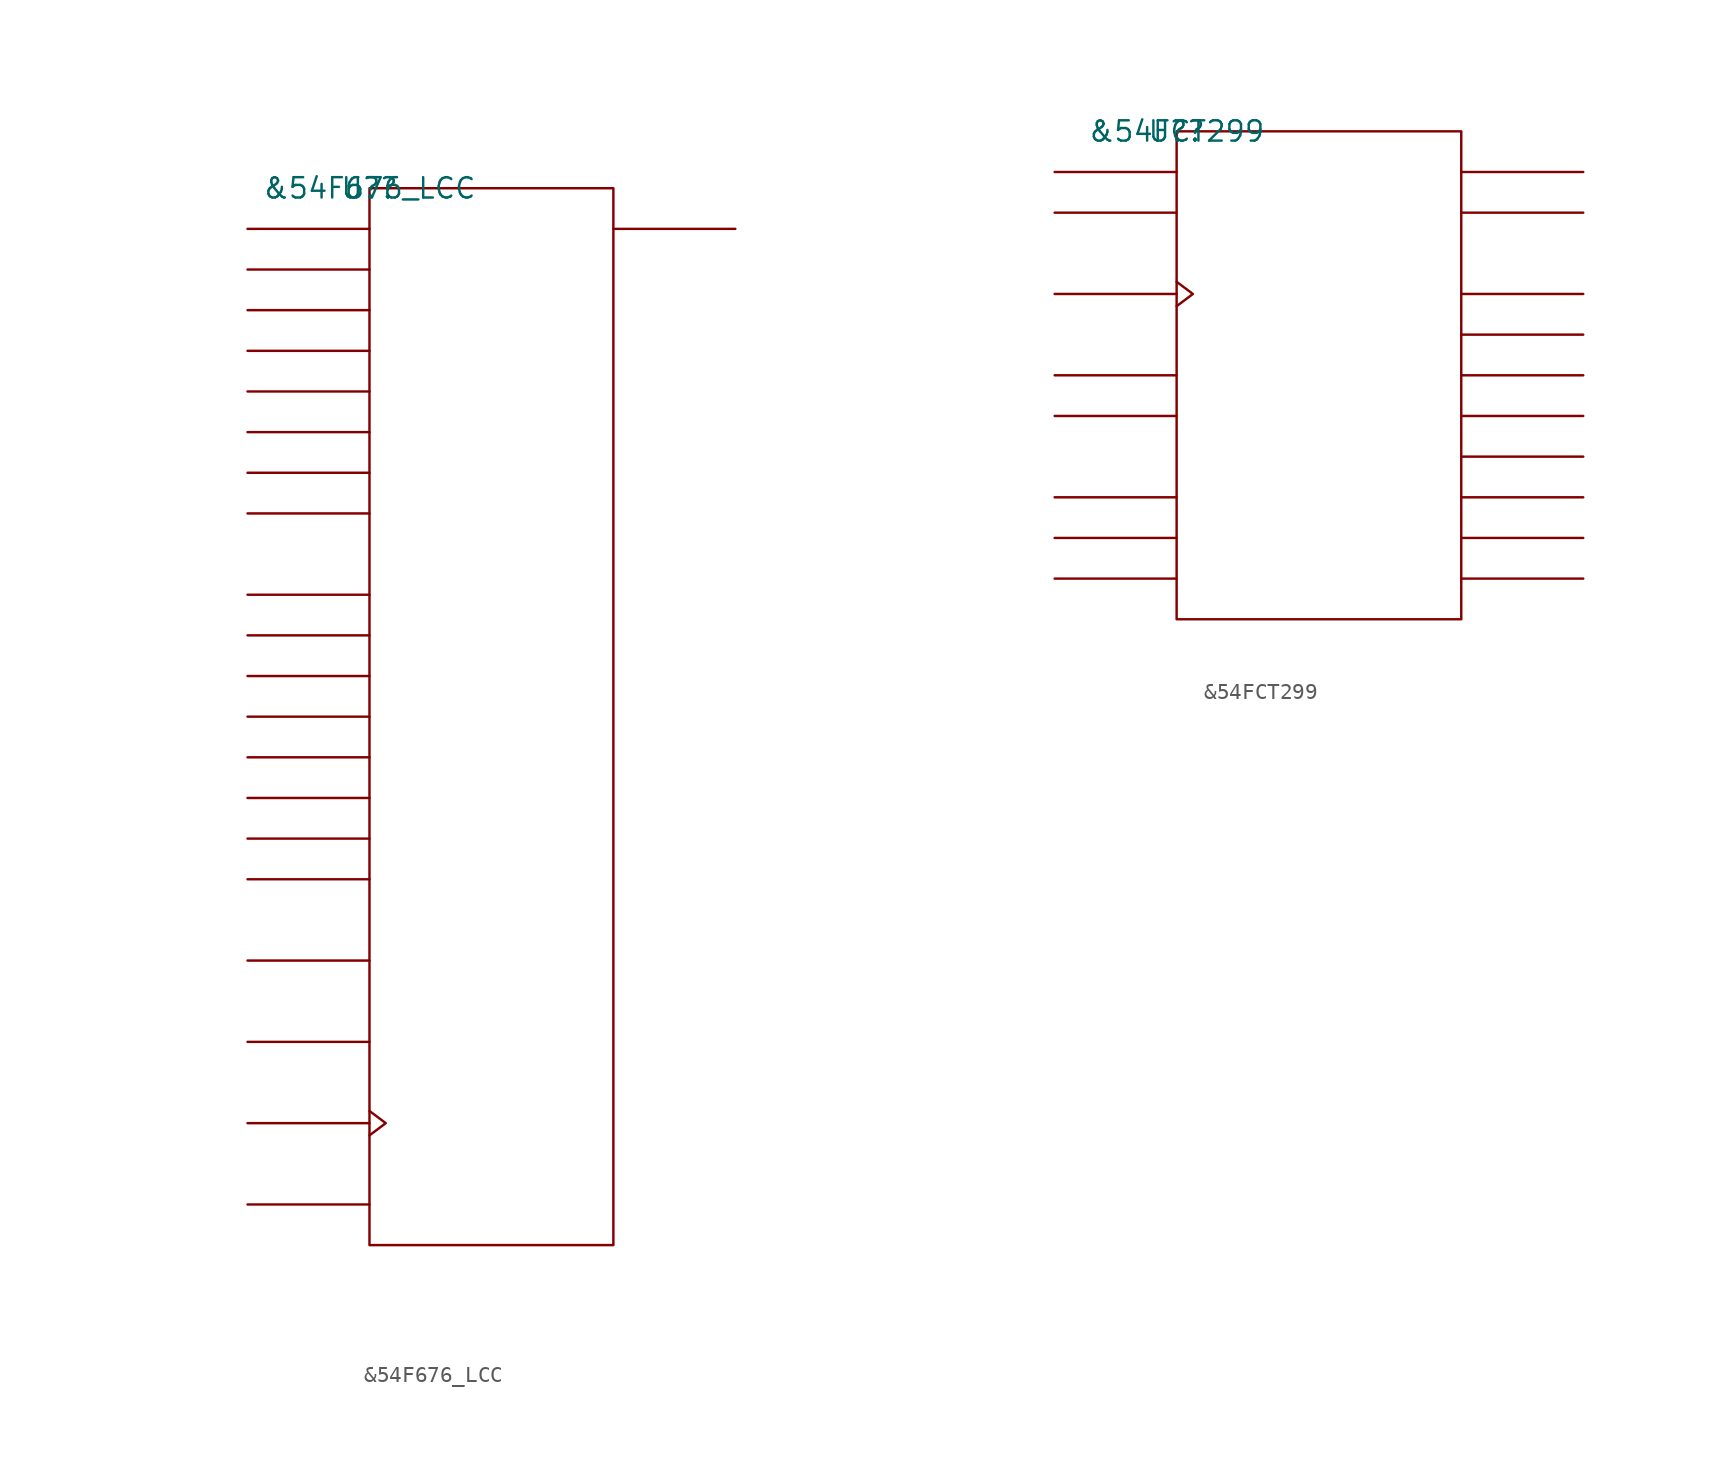
<source format=kicad_sym>
(kicad_symbol_lib
  (version 20211014)
  (generator kicad_symbol_editor)
  (symbol "&54F676_LCC"
    (pin_names
      (offset 0.762))
    (property "Reference" "U?"
      (at 0 0 0)
      (effects (font (size 1.27 1.27))))
    (property "Value" "&54F676_LCC"
      (at 0 0 0)
      (effects (font (size 1.27 1.27))))
    (symbol "&54F676_LCC_0_1"
      (rectangle (start 0 -66.04) (end 15.24 0) (stroke (width 0) (type default) (color 0 0 0 0)) (fill (type none)))
      (polyline (pts (xy 0 -63.5) (xy -7.62 -63.5)) (stroke (width 0) (type default) (color 0 0 0 0)) (fill (type none)))
      (polyline (pts (xy 0 -58.42) (xy -7.62 -58.42)) (stroke (width 0) (type default) (color 0 0 0 0)) (fill (type none)))
      (polyline (pts (xy 0 -53.34) (xy -7.62 -53.34)) (stroke (width 0) (type default) (color 0 0 0 0)) (fill (type none)))
      (polyline (pts (xy 0 -48.26) (xy -7.62 -48.26)) (stroke (width 0) (type default) (color 0 0 0 0)) (fill (type none)))
      (polyline (pts (xy 0 -43.18) (xy -7.62 -43.18)) (stroke (width 0) (type default) (color 0 0 0 0)) (fill (type none)))
      (polyline (pts (xy 0 -40.64) (xy -7.62 -40.64)) (stroke (width 0) (type default) (color 0 0 0 0)) (fill (type none)))
      (polyline (pts (xy 0 -38.1) (xy -7.62 -38.1)) (stroke (width 0) (type default) (color 0 0 0 0)) (fill (type none)))
      (polyline (pts (xy 0 -35.56) (xy -7.62 -35.56)) (stroke (width 0) (type default) (color 0 0 0 0)) (fill (type none)))
      (polyline (pts (xy 0 -33.02) (xy -7.62 -33.02)) (stroke (width 0) (type default) (color 0 0 0 0)) (fill (type none)))
      (polyline (pts (xy 0 -30.48) (xy -7.62 -30.48)) (stroke (width 0) (type default) (color 0 0 0 0)) (fill (type none)))
      (polyline (pts (xy 0 -27.94) (xy -7.62 -27.94)) (stroke (width 0) (type default) (color 0 0 0 0)) (fill (type none)))
      (polyline (pts (xy 0 -25.4) (xy -7.62 -25.4)) (stroke (width 0) (type default) (color 0 0 0 0)) (fill (type none)))
      (polyline (pts (xy 0 -20.32) (xy -7.62 -20.32)) (stroke (width 0) (type default) (color 0 0 0 0)) (fill (type none)))
      (polyline (pts (xy 0 -17.78) (xy -7.62 -17.78)) (stroke (width 0) (type default) (color 0 0 0 0)) (fill (type none)))
      (polyline (pts (xy 0 -15.24) (xy -7.62 -15.24)) (stroke (width 0) (type default) (color 0 0 0 0)) (fill (type none)))
      (polyline (pts (xy 0 -12.7) (xy -7.62 -12.7)) (stroke (width 0) (type default) (color 0 0 0 0)) (fill (type none)))
      (polyline (pts (xy 0 -10.16) (xy -7.62 -10.16)) (stroke (width 0) (type default) (color 0 0 0 0)) (fill (type none)))
      (polyline (pts (xy 0 -7.62) (xy -7.62 -7.62)) (stroke (width 0) (type default) (color 0 0 0 0)) (fill (type none)))
      (polyline (pts (xy 0 -5.08) (xy -7.62 -5.08)) (stroke (width 0) (type default) (color 0 0 0 0)) (fill (type none)))
      (polyline (pts (xy 0 -2.54) (xy -7.62 -2.54)) (stroke (width 0) (type default) (color 0 0 0 0)) (fill (type none)))
      (polyline (pts (xy 15.24 -2.54) (xy 22.86 -2.54)) (stroke (width 0) (type default) (color 0 0 0 0)) (fill (type none)))
      (polyline (pts (xy 0 -57.658) (xy 1.016 -58.42) (xy 0 -59.182)) (stroke (width 0) (type default) (color 0 0 0 0)) (fill (type none))))
    (symbol "&54F676_LCC_1_1"
      (pin unspecified line (at -7.62 -5.08 0) (length 7.62) hide (name "P1" (effects (font (size 1.245 1.245)))) (number "10" (effects (font (size 1.245 1.245)))))
      (pin unspecified line (at -7.62 -7.62 0) (length 7.62) hide (name "P2" (effects (font (size 1.245 1.245)))) (number "11" (effects (font (size 1.245 1.245)))))
      (pin unspecified line (at -7.62 -10.16 0) (length 7.62) hide (name "P3" (effects (font (size 1.245 1.245)))) (number "12" (effects (font (size 1.245 1.245)))))
      (pin unspecified line (at -7.62 -12.7 0) (length 7.62) hide (name "P4" (effects (font (size 1.245 1.245)))) (number "13" (effects (font (size 1.245 1.245)))))
      (pin power_in line (at 7.62 -66.04 180) (length 7.62) hide (name "GND" (effects (font (size 1.245 1.245)))) (number "14" (effects (font (size 1.245 1.245)))))
      (pin unspecified line (at -7.62 -15.24 0) (length 7.62) hide (name "P5" (effects (font (size 1.245 1.245)))) (number "16" (effects (font (size 1.245 1.245)))))
      (pin unspecified line (at -7.62 -17.78 0) (length 7.62) hide (name "P6" (effects (font (size 1.245 1.245)))) (number "17" (effects (font (size 1.245 1.245)))))
      (pin unspecified line (at -7.62 -20.32 0) (length 7.62) hide (name "P7" (effects (font (size 1.245 1.245)))) (number "18" (effects (font (size 1.245 1.245)))))
      (pin unspecified line (at -7.62 -25.4 0) (length 7.62) hide (name "P8" (effects (font (size 1.245 1.245)))) (number "19" (effects (font (size 1.245 1.245)))))
      (pin unspecified line (at -7.62 -63.5 0) (length 7.62) hide (name "C\\S\\" (effects (font (size 1.245 1.245)))) (number "2" (effects (font (size 1.245 1.245)))))
      (pin unspecified line (at -7.62 -27.94 0) (length 7.62) hide (name "P9" (effects (font (size 1.245 1.245)))) (number "20" (effects (font (size 1.245 1.245)))))
      (pin unspecified line (at -7.62 -30.48 0) (length 7.62) hide (name "P10" (effects (font (size 1.245 1.245)))) (number "21" (effects (font (size 1.245 1.245)))))
      (pin unspecified line (at -7.62 -33.02 0) (length 7.62) hide (name "P11" (effects (font (size 1.245 1.245)))) (number "23" (effects (font (size 1.245 1.245)))))
      (pin unspecified line (at -7.62 -35.56 0) (length 7.62) hide (name "P12" (effects (font (size 1.245 1.245)))) (number "24" (effects (font (size 1.245 1.245)))))
      (pin unspecified line (at -7.62 -38.1 0) (length 7.62) hide (name "P13" (effects (font (size 1.245 1.245)))) (number "25" (effects (font (size 1.245 1.245)))))
      (pin unspecified line (at -7.62 -40.64 0) (length 7.62) hide (name "P14" (effects (font (size 1.245 1.245)))) (number "26" (effects (font (size 1.245 1.245)))))
      (pin unspecified line (at -7.62 -43.18 0) (length 7.62) hide (name "P15" (effects (font (size 1.245 1.245)))) (number "27" (effects (font (size 1.245 1.245)))))
      (pin power_in line (at 7.62 0 180) (length 7.62) hide (name "VCC" (effects (font (size 1.245 1.245)))) (number "28" (effects (font (size 1.245 1.245)))))
      (pin unspecified line (at -7.62 -58.42 180) (length 7.62) hide (name "C\\P\\" (effects (font (size 1.245 1.245)))) (number "3" (effects (font (size 1.245 1.245)))))
      (pin unspecified line (at -7.62 -48.26 0) (length 7.62) hide (name "SI" (effects (font (size 1.245 1.245)))) (number "5" (effects (font (size 1.245 1.245)))))
      (pin unspecified line (at -7.62 -53.34 0) (length 7.62) hide (name "M" (effects (font (size 1.245 1.245)))) (number "6" (effects (font (size 1.245 1.245)))))
      (pin unspecified line (at 22.86 -2.54 180) (length 7.62) hide (name "SO" (effects (font (size 1.245 1.245)))) (number "7" (effects (font (size 1.245 1.245)))))
      (pin unspecified line (at -7.62 -2.54 0) (length 7.62) hide (name "P0" (effects (font (size 1.245 1.245)))) (number "9" (effects (font (size 1.245 1.245)))))))
  (symbol "&54FCT299"
    (pin_names
      (offset 0.762))
    (property "Reference" "U?"
      (at 0 0 0)
      (effects (font (size 1.27 1.27))))
    (property "Value" "&54FCT299"
      (at 0 0 0)
      (effects (font (size 1.27 1.27))))
    (symbol "&54FCT299_0_1"
      (rectangle (start 0 -30.48) (end 17.78 0) (stroke (width 0) (type default) (color 0 0 0 0)) (fill (type none)))
      (polyline (pts (xy 0 -27.94) (xy -7.62 -27.94)) (stroke (width 0) (type default) (color 0 0 0 0)) (fill (type none)))
      (polyline (pts (xy 0 -25.4) (xy -7.62 -25.4)) (stroke (width 0) (type default) (color 0 0 0 0)) (fill (type none)))
      (polyline (pts (xy 0 -22.86) (xy -7.62 -22.86)) (stroke (width 0) (type default) (color 0 0 0 0)) (fill (type none)))
      (polyline (pts (xy 0 -17.78) (xy -7.62 -17.78)) (stroke (width 0) (type default) (color 0 0 0 0)) (fill (type none)))
      (polyline (pts (xy 0 -15.24) (xy -7.62 -15.24)) (stroke (width 0) (type default) (color 0 0 0 0)) (fill (type none)))
      (polyline (pts (xy 0 -10.16) (xy -7.62 -10.16)) (stroke (width 0) (type default) (color 0 0 0 0)) (fill (type none)))
      (polyline (pts (xy 0 -5.08) (xy -7.62 -5.08)) (stroke (width 0) (type default) (color 0 0 0 0)) (fill (type none)))
      (polyline (pts (xy 0 -2.54) (xy -7.62 -2.54)) (stroke (width 0) (type default) (color 0 0 0 0)) (fill (type none)))
      (polyline (pts (xy 17.78 -27.94) (xy 25.4 -27.94)) (stroke (width 0) (type default) (color 0 0 0 0)) (fill (type none)))
      (polyline (pts (xy 17.78 -25.4) (xy 25.4 -25.4)) (stroke (width 0) (type default) (color 0 0 0 0)) (fill (type none)))
      (polyline (pts (xy 17.78 -22.86) (xy 25.4 -22.86)) (stroke (width 0) (type default) (color 0 0 0 0)) (fill (type none)))
      (polyline (pts (xy 17.78 -20.32) (xy 25.4 -20.32)) (stroke (width 0) (type default) (color 0 0 0 0)) (fill (type none)))
      (polyline (pts (xy 17.78 -17.78) (xy 25.4 -17.78)) (stroke (width 0) (type default) (color 0 0 0 0)) (fill (type none)))
      (polyline (pts (xy 17.78 -15.24) (xy 25.4 -15.24)) (stroke (width 0) (type default) (color 0 0 0 0)) (fill (type none)))
      (polyline (pts (xy 17.78 -12.7) (xy 25.4 -12.7)) (stroke (width 0) (type default) (color 0 0 0 0)) (fill (type none)))
      (polyline (pts (xy 17.78 -10.16) (xy 25.4 -10.16)) (stroke (width 0) (type default) (color 0 0 0 0)) (fill (type none)))
      (polyline (pts (xy 17.78 -5.08) (xy 25.4 -5.08)) (stroke (width 0) (type default) (color 0 0 0 0)) (fill (type none)))
      (polyline (pts (xy 17.78 -2.54) (xy 25.4 -2.54)) (stroke (width 0) (type default) (color 0 0 0 0)) (fill (type none)))
      (polyline (pts (xy 0 -9.398) (xy 1.016 -10.16) (xy 0 -10.922)) (stroke (width 0) (type default) (color 0 0 0 0)) (fill (type none))))
    (symbol "&54FCT299_1_1"
      (pin unspecified line (at -7.62 -15.24 0) (length 7.62) hide (name "S0" (effects (font (size 1.245 1.245)))) (number "1" (effects (font (size 1.245 1.245)))))
      (pin power_in line (at 10.16 -30.48 180) (length 7.62) hide (name "GND" (effects (font (size 1.245 1.245)))) (number "10" (effects (font (size 1.245 1.245)))))
      (pin unspecified line (at -7.62 -2.54 0) (length 7.62) hide (name "DS0" (effects (font (size 1.245 1.245)))) (number "11" (effects (font (size 1.245 1.245)))))
      (pin unspecified line (at -7.62 -10.16 180) (length 7.62) hide (name "CLK" (effects (font (size 1.245 1.245)))) (number "12" (effects (font (size 1.245 1.245)))))
      (pin unspecified line (at 25.4 -12.7 180) (length 7.62) hide (name "I/O1" (effects (font (size 1.245 1.245)))) (number "13" (effects (font (size 1.245 1.245)))))
      (pin unspecified line (at 25.4 -17.78 180) (length 7.62) hide (name "I/O3" (effects (font (size 1.245 1.245)))) (number "14" (effects (font (size 1.245 1.245)))))
      (pin unspecified line (at 25.4 -22.86 180) (length 7.62) hide (name "I/O5" (effects (font (size 1.245 1.245)))) (number "15" (effects (font (size 1.245 1.245)))))
      (pin unspecified line (at 25.4 -27.94 180) (length 7.62) hide (name "I/O7" (effects (font (size 1.245 1.245)))) (number "16" (effects (font (size 1.245 1.245)))))
      (pin unspecified line (at 25.4 -5.08 180) (length 7.62) hide (name "Q7" (effects (font (size 1.245 1.245)))) (number "17" (effects (font (size 1.245 1.245)))))
      (pin unspecified line (at -7.62 -5.08 0) (length 7.62) hide (name "DS7" (effects (font (size 1.245 1.245)))) (number "18" (effects (font (size 1.245 1.245)))))
      (pin unspecified line (at -7.62 -17.78 0) (length 7.62) hide (name "S1" (effects (font (size 1.245 1.245)))) (number "19" (effects (font (size 1.245 1.245)))))
      (pin unspecified line (at -7.62 -25.4 0) (length 7.62) hide (name "O\\E\\1\\" (effects (font (size 1.245 1.245)))) (number "2" (effects (font (size 1.245 1.245)))))
      (pin power_in line (at 7.62 0 0) (length 7.62) hide (name "VCC" (effects (font (size 1.245 1.245)))) (number "20" (effects (font (size 1.245 1.245)))))
      (pin unspecified line (at -7.62 -27.94 0) (length 7.62) hide (name "O\\E\\2\\" (effects (font (size 1.245 1.245)))) (number "3" (effects (font (size 1.245 1.245)))))
      (pin unspecified line (at 25.4 -25.4 180) (length 7.62) hide (name "I/O6" (effects (font (size 1.245 1.245)))) (number "4" (effects (font (size 1.245 1.245)))))
      (pin unspecified line (at 25.4 -20.32 180) (length 7.62) hide (name "I/O4" (effects (font (size 1.245 1.245)))) (number "5" (effects (font (size 1.245 1.245)))))
      (pin unspecified line (at 25.4 -15.24 180) (length 7.62) hide (name "I/O2" (effects (font (size 1.245 1.245)))) (number "6" (effects (font (size 1.245 1.245)))))
      (pin unspecified line (at 25.4 -10.16 180) (length 7.62) hide (name "I/O0" (effects (font (size 1.245 1.245)))) (number "7" (effects (font (size 1.245 1.245)))))
      (pin unspecified line (at 25.4 -2.54 180) (length 7.62) hide (name "Q0" (effects (font (size 1.245 1.245)))) (number "8" (effects (font (size 1.245 1.245)))))
      (pin unspecified line (at -7.62 -22.86 0) (length 7.62) hide (name "M\\R\\S\\T\\" (effects (font (size 1.245 1.245)))) (number "9" (effects (font (size 1.245 1.245))))))))
</source>
